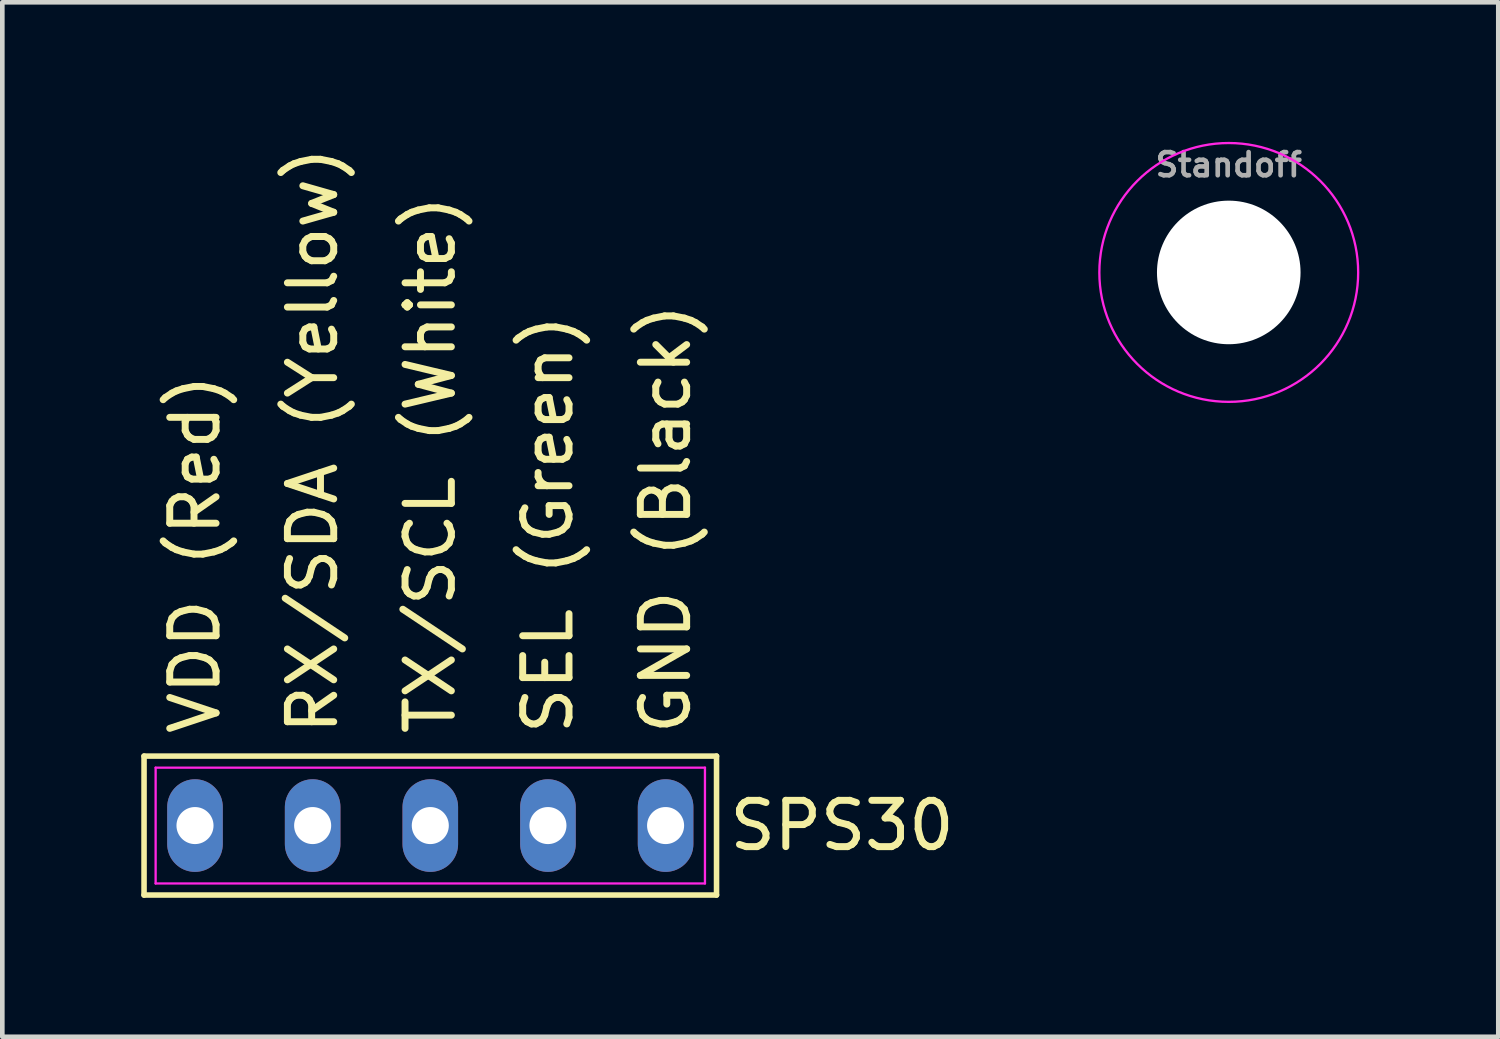
<source format=kicad_pcb>
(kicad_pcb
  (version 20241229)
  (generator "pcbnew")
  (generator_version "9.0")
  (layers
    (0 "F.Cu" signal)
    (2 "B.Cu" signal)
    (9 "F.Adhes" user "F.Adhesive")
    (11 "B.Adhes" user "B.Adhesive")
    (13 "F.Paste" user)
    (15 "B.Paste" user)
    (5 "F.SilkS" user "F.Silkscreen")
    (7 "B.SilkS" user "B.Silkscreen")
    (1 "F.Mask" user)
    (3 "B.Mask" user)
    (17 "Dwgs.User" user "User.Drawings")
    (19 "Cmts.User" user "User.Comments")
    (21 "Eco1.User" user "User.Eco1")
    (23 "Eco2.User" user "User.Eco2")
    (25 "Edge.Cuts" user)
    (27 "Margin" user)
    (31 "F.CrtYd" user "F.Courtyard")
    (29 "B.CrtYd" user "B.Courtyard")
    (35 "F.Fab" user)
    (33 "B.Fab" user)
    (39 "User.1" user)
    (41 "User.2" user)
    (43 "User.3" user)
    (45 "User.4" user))
  (footprint "Standoff"
    (layer "F.Cu")
    (at 23.479 2.832)
    (property "Reference" "Standoff" (at 0 -2.032 0) (layer "F.Fab") (effects (font (size 0.5 0.5) (thickness 0.1)) (justify bottom)))
    (fp_circle (center 0 0) (end 2.794 0) (stroke (width 0.05) (type solid)) (fill no) (layer "F.CrtYd"))
    (pad "" np_thru_hole circle (at 0 0) (size 3.1 3.1) (drill 3.1) (layers "*.Cu" "*.Mask")))
  (footprint "SPS30"
    (layer "F.Cu")
    (at 6.24 14.774)
    (property "Reference" "SPS30" (at 8.89 0 0) (layer "F.SilkS") (effects (font (size 1 1) (thickness 0.15))))
    (attr through_hole)
    (fp_line (start -6.18 -1.5) (end 6.18 -1.5) (stroke (width 0.12) (type default)) (layer "F.SilkS"))
    (fp_line (start -6.18 1.5) (end -6.18 -1.5) (stroke (width 0.12) (type default)) (layer "F.SilkS"))
    (fp_line (start 6.18 -1.5) (end 6.18 1.5) (stroke (width 0.12) (type default)) (layer "F.SilkS"))
    (fp_line (start 6.18 1.5) (end -6.18 1.5) (stroke (width 0.12) (type default)) (layer "F.SilkS"))
    (fp_line (start -5.93 -1.25) (end 5.93 -1.25) (stroke (width 0.05) (type default)) (layer "F.CrtYd"))
    (fp_line (start -5.93 1.25) (end -5.93 -1.25) (stroke (width 0.05) (type default)) (layer "F.CrtYd"))
    (fp_line (start 5.93 -1.25) (end 5.93 1.25) (stroke (width 0.05) (type default)) (layer "F.CrtYd"))
    (fp_line (start 5.93 1.25) (end -5.93 1.25) (stroke (width 0.05) (type default)) (layer "F.CrtYd"))
    (fp_text user "VDD (Red)" (at -5.08 -1.905 90) (unlocked yes) (layer "F.SilkS") (effects (font (size 1 1) (thickness 0.15)) (justify left)))
    (fp_text user "SEL (Green)" (at 2.54 -1.905 90) (unlocked yes) (layer "F.SilkS") (effects (font (size 1 1) (thickness 0.15)) (justify left)))
    (fp_text user "RX/SDA (Yellow)" (at -2.54 -1.905 90) (unlocked yes) (layer "F.SilkS") (effects (font (size 1 1) (thickness 0.15)) (justify left)))
    (fp_text user "TX/SCL (White)" (at 0 -1.905 90) (unlocked yes) (layer "F.SilkS") (effects (font (size 1 1) (thickness 0.15)) (justify left)))
    (fp_text user "GND (Black)" (at 5.08 -1.905 90) (unlocked yes) (layer "F.SilkS") (effects (font (size 1 1) (thickness 0.15)) (justify left)))
    (pad "1" thru_hole oval (at -5.08 0) (size 1.2 2) (drill 0.8) (layers "*.Cu" "*.Mask"))
    (pad "2" thru_hole oval (at -2.54 0) (size 1.2 2) (drill 0.8) (layers "*.Cu" "*.Mask"))
    (pad "3" thru_hole oval (at 0 0) (size 1.2 2) (drill 0.8) (layers "*.Cu" "*.Mask"))
    (pad "4" thru_hole oval (at 2.54 0) (size 1.2 2) (drill 0.8) (layers "*.Cu" "*.Mask"))
    (pad "5" thru_hole oval (at 5.08 0) (size 1.2 2) (drill 0.8) (layers "*.Cu" "*.Mask")))
  (gr_rect
    (start -3 -3)
    (end 29.298 19.334)
    (stroke (width 0.1) (type default))
    (fill no)
    (layer "Edge.Cuts")))
</source>
